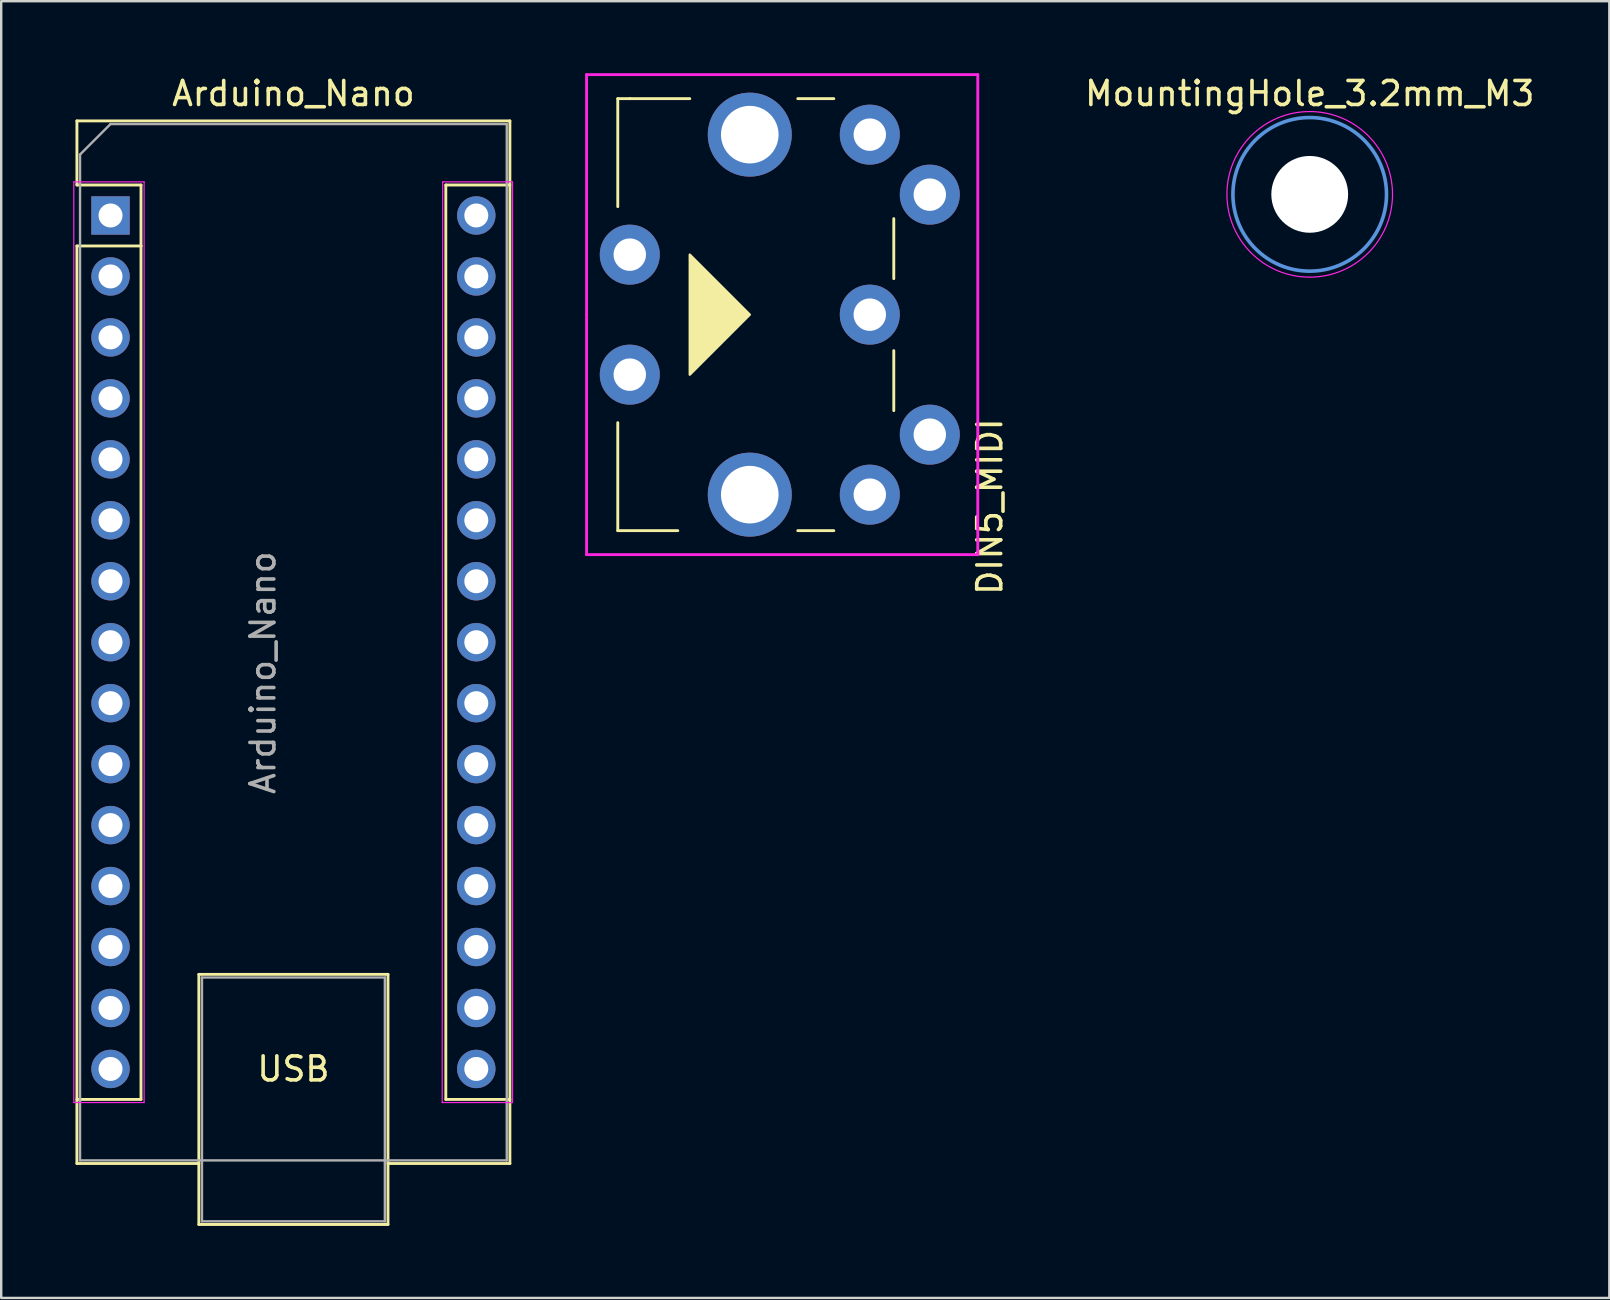
<source format=kicad_pcb>
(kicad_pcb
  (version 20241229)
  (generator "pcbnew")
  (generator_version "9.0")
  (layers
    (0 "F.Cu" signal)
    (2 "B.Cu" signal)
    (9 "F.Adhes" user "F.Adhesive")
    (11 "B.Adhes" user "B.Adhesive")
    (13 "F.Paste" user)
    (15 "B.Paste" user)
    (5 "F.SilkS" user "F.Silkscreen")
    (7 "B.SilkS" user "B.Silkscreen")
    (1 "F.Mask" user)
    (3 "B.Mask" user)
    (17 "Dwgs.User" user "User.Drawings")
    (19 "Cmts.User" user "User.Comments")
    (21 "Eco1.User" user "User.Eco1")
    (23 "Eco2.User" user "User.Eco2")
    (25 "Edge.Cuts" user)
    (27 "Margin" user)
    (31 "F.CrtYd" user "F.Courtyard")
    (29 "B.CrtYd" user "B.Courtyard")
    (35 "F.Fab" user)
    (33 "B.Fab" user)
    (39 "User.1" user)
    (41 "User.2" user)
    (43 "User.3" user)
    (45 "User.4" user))
  (footprint "DIN5_MIDI"
    (layer "F.Cu")
    (at 33.19 10.06)
    (property "Reference" "DIN5_MIDI" (at 5 8 90) (layer "F.SilkS") (effects (font (size 1 1) (thickness 0.15))))
    (attr through_hole)
    (fp_line (start -10.5 -9) (end -10.5 -4.5) (stroke (width 0.12) (type solid)) (layer "F.SilkS"))
    (fp_line (start -10.5 9) (end -10.5 4.5) (stroke (width 0.12) (type solid)) (layer "F.SilkS"))
    (fp_line (start -10.5 9) (end -8 9) (stroke (width 0.12) (type solid)) (layer "F.SilkS"))
    (fp_line (start -10 -9) (end -10.5 -9) (stroke (width 0.12) (type solid)) (layer "F.SilkS"))
    (fp_line (start -10 -9) (end -7.5 -9) (stroke (width 0.12) (type solid)) (layer "F.SilkS"))
    (fp_line (start -3 -9) (end -1.5 -9) (stroke (width 0.12) (type solid)) (layer "F.SilkS"))
    (fp_line (start -3 9) (end -1.5 9) (stroke (width 0.12) (type solid)) (layer "F.SilkS"))
    (fp_line (start 1 -4) (end 1 -1.5) (stroke (width 0.12) (type solid)) (layer "F.SilkS"))
    (fp_line (start 1 1.5) (end 1 4) (stroke (width 0.12) (type solid)) (layer "F.SilkS"))
    (fp_poly (pts (xy -5 0) (xy -7.5 2.5) (xy -7.5 -2.5)) (stroke (width 0.1) (type solid)) (fill yes) (layer "F.SilkS"))
    (fp_line (start -11.8 0) (end -11.8 -10) (stroke (width 0.12) (type solid)) (layer "F.CrtYd"))
    (fp_line (start -11.8 0) (end -11.8 10) (stroke (width 0.12) (type solid)) (layer "F.CrtYd"))
    (fp_line (start -11.8 10) (end 4.5 10) (stroke (width 0.12) (type solid)) (layer "F.CrtYd"))
    (fp_line (start 4.5 -10) (end -11.8 -10) (stroke (width 0.12) (type solid)) (layer "F.CrtYd"))
    (fp_line (start 4.5 10) (end 4.5 -10) (stroke (width 0.12) (type solid)) (layer "F.CrtYd"))
    (pad "" thru_hole circle (at -5 -7.5) (size 3.5 3.5) (drill 2.4) (layers "*.Cu" "*.Mask"))
    (pad "" thru_hole circle (at -5 7.5) (size 3.5 3.5) (drill 2.4) (layers "*.Cu" "*.Mask"))
    (pad "1" thru_hole circle (at 0 7.5) (size 2.5 2.5) (drill 1.35) (layers "*.Cu" "*.Mask"))
    (pad "2" thru_hole circle (at 0 0) (size 2.5 2.5) (drill 1.35) (layers "*.Cu" "*.Mask"))
    (pad "3" thru_hole circle (at 0 -7.5) (size 2.5 2.5) (drill 1.35) (layers "*.Cu" "*.Mask"))
    (pad "4" thru_hole circle (at 2.5 5) (size 2.5 2.5) (drill 1.35) (layers "*.Cu" "*.Mask"))
    (pad "5" thru_hole circle (at 2.5 -5) (size 2.5 2.5) (drill 1.35) (layers "*.Cu" "*.Mask"))
    (pad "G" thru_hole circle (at -10 -2.5) (size 2.5 2.5) (drill 1.35) (layers "*.Cu" "*.Mask"))
    (pad "G" thru_hole circle (at -10 2.5) (size 2.5 2.5) (drill 1.35) (layers "*.Cu" "*.Mask")))
  (footprint "Arduino_Nano"
    (layer "F.Cu")
    (at 1.555 5.928)
    (property "Reference" "Arduino_Nano" (at 7.62 -5.08 0) (layer "F.SilkS") (effects (font (size 1 1) (thickness 0.15))))
    (attr through_hole)
    (fp_line (start -1.4 -3.94) (end -1.4 -1.27) (stroke (width 0.12) (type solid)) (layer "F.SilkS"))
    (fp_line (start -1.4 1.27) (end -1.4 39.5) (stroke (width 0.12) (type solid)) (layer "F.SilkS"))
    (fp_line (start -1.4 39.5) (end 3.68 39.5) (stroke (width 0.12) (type solid)) (layer "F.SilkS"))
    (fp_line (start 1.27 -1.27) (end -1.4 -1.27) (stroke (width 0.12) (type solid)) (layer "F.SilkS"))
    (fp_line (start 1.27 1.27) (end -1.4 1.27) (stroke (width 0.12) (type solid)) (layer "F.SilkS"))
    (fp_line (start 1.27 1.27) (end 1.27 -1.27) (stroke (width 0.12) (type solid)) (layer "F.SilkS"))
    (fp_line (start 1.27 1.27) (end 1.27 36.83) (stroke (width 0.12) (type solid)) (layer "F.SilkS"))
    (fp_line (start 1.27 36.83) (end -1.4 36.83) (stroke (width 0.12) (type solid)) (layer "F.SilkS"))
    (fp_line (start 3.68 31.62) (end 11.56 31.62) (stroke (width 0.12) (type solid)) (layer "F.SilkS"))
    (fp_line (start 3.68 42.04) (end 3.68 31.62) (stroke (width 0.12) (type solid)) (layer "F.SilkS"))
    (fp_line (start 11.56 31.62) (end 11.56 42.04) (stroke (width 0.12) (type solid)) (layer "F.SilkS"))
    (fp_line (start 11.56 42.04) (end 3.68 42.04) (stroke (width 0.12) (type solid)) (layer "F.SilkS"))
    (fp_line (start 13.97 -1.27) (end 13.97 36.83) (stroke (width 0.12) (type solid)) (layer "F.SilkS"))
    (fp_line (start 13.97 -1.27) (end 16.64 -1.27) (stroke (width 0.12) (type solid)) (layer "F.SilkS"))
    (fp_line (start 13.97 36.83) (end 16.64 36.83) (stroke (width 0.12) (type solid)) (layer "F.SilkS"))
    (fp_line (start 16.64 -3.94) (end -1.4 -3.94) (stroke (width 0.12) (type solid)) (layer "F.SilkS"))
    (fp_line (start 16.64 39.5) (end 11.56 39.5) (stroke (width 0.12) (type solid)) (layer "F.SilkS"))
    (fp_line (start 16.64 39.5) (end 16.64 -3.94) (stroke (width 0.12) (type solid)) (layer "F.SilkS"))
    (fp_line (start -1.53 -1.4) (end -1.53 36.96) (stroke (width 0.05) (type solid)) (layer "F.CrtYd"))
    (fp_line (start -1.53 -1.4) (end 1.4 -1.4) (stroke (width 0.05) (type solid)) (layer "F.CrtYd"))
    (fp_line (start -1.53 36.96) (end 1.4 36.96) (stroke (width 0.05) (type solid)) (layer "F.CrtYd"))
    (fp_line (start 1.4 36.96) (end 1.4 -1.4) (stroke (width 0.05) (type solid)) (layer "F.CrtYd"))
    (fp_line (start 13.82 36.96) (end 13.84 -1.4) (stroke (width 0.05) (type solid)) (layer "F.CrtYd"))
    (fp_line (start 13.82 36.96) (end 16.75 36.96) (stroke (width 0.05) (type solid)) (layer "F.CrtYd"))
    (fp_line (start 13.84 -1.4) (end 16.75 -1.4) (stroke (width 0.05) (type solid)) (layer "F.CrtYd"))
    (fp_line (start 16.75 36.96) (end 16.75 -1.4) (stroke (width 0.05) (type solid)) (layer "F.CrtYd"))
    (fp_line (start -1.27 -2.54) (end 0 -3.81) (stroke (width 0.1) (type solid)) (layer "F.Fab"))
    (fp_line (start -1.27 39.37) (end -1.27 -2.54) (stroke (width 0.1) (type solid)) (layer "F.Fab"))
    (fp_line (start 0 -3.81) (end 16.51 -3.81) (stroke (width 0.1) (type solid)) (layer "F.Fab"))
    (fp_line (start 3.81 31.75) (end 11.43 31.75) (stroke (width 0.1) (type solid)) (layer "F.Fab"))
    (fp_line (start 3.81 41.91) (end 3.81 31.75) (stroke (width 0.1) (type solid)) (layer "F.Fab"))
    (fp_line (start 11.43 31.75) (end 11.43 41.91) (stroke (width 0.1) (type solid)) (layer "F.Fab"))
    (fp_line (start 11.43 41.91) (end 3.81 41.91) (stroke (width 0.1) (type solid)) (layer "F.Fab"))
    (fp_line (start 16.51 -3.81) (end 16.51 39.37) (stroke (width 0.1) (type solid)) (layer "F.Fab"))
    (fp_line (start 16.51 39.37) (end -1.27 39.37) (stroke (width 0.1) (type solid)) (layer "F.Fab"))
    (fp_text user "USB" (at 7.62 35.56 0) (unlocked yes) (layer "F.SilkS") (effects (font (size 1 1) (thickness 0.15))))
    (fp_text user "${REFERENCE}" (at 6.35 19.05 90) (layer "F.Fab") (effects (font (size 1 1) (thickness 0.15))))
    (pad "1" thru_hole rect (at 0 0) (size 1.6 1.6) (drill 1) (layers "*.Cu" "*.Mask"))
    (pad "2" thru_hole oval (at 0 2.54) (size 1.6 1.6) (drill 1) (layers "*.Cu" "*.Mask"))
    (pad "3" thru_hole oval (at 0 5.08) (size 1.6 1.6) (drill 1) (layers "*.Cu" "*.Mask"))
    (pad "4" thru_hole oval (at 0 7.62) (size 1.6 1.6) (drill 1) (layers "*.Cu" "*.Mask"))
    (pad "5" thru_hole oval (at 0 10.16) (size 1.6 1.6) (drill 1) (layers "*.Cu" "*.Mask"))
    (pad "6" thru_hole oval (at 0 12.7) (size 1.6 1.6) (drill 1) (layers "*.Cu" "*.Mask"))
    (pad "7" thru_hole oval (at 0 15.24) (size 1.6 1.6) (drill 1) (layers "*.Cu" "*.Mask"))
    (pad "8" thru_hole oval (at 0 17.78) (size 1.6 1.6) (drill 1) (layers "*.Cu" "*.Mask"))
    (pad "9" thru_hole oval (at 0 20.32) (size 1.6 1.6) (drill 1) (layers "*.Cu" "*.Mask"))
    (pad "10" thru_hole oval (at 0 22.86) (size 1.6 1.6) (drill 1) (layers "*.Cu" "*.Mask"))
    (pad "11" thru_hole oval (at 0 25.4) (size 1.6 1.6) (drill 1) (layers "*.Cu" "*.Mask"))
    (pad "12" thru_hole oval (at 0 27.94) (size 1.6 1.6) (drill 1) (layers "*.Cu" "*.Mask"))
    (pad "13" thru_hole oval (at 0 30.48) (size 1.6 1.6) (drill 1) (layers "*.Cu" "*.Mask"))
    (pad "14" thru_hole oval (at 0 33.02) (size 1.6 1.6) (drill 1) (layers "*.Cu" "*.Mask"))
    (pad "15" thru_hole oval (at 0 35.56) (size 1.6 1.6) (drill 1) (layers "*.Cu" "*.Mask"))
    (pad "16" thru_hole oval (at 15.24 35.56) (size 1.6 1.6) (drill 1) (layers "*.Cu" "*.Mask"))
    (pad "17" thru_hole oval (at 15.24 33.02) (size 1.6 1.6) (drill 1) (layers "*.Cu" "*.Mask"))
    (pad "18" thru_hole oval (at 15.24 30.48) (size 1.6 1.6) (drill 1) (layers "*.Cu" "*.Mask"))
    (pad "19" thru_hole oval (at 15.24 27.94) (size 1.6 1.6) (drill 1) (layers "*.Cu" "*.Mask"))
    (pad "20" thru_hole oval (at 15.24 25.4) (size 1.6 1.6) (drill 1) (layers "*.Cu" "*.Mask"))
    (pad "21" thru_hole oval (at 15.24 22.86) (size 1.6 1.6) (drill 1) (layers "*.Cu" "*.Mask"))
    (pad "22" thru_hole oval (at 15.24 20.32) (size 1.6 1.6) (drill 1) (layers "*.Cu" "*.Mask"))
    (pad "23" thru_hole oval (at 15.24 17.78) (size 1.6 1.6) (drill 1) (layers "*.Cu" "*.Mask"))
    (pad "24" thru_hole oval (at 15.24 15.24) (size 1.6 1.6) (drill 1) (layers "*.Cu" "*.Mask"))
    (pad "25" thru_hole oval (at 15.24 12.7) (size 1.6 1.6) (drill 1) (layers "*.Cu" "*.Mask"))
    (pad "26" thru_hole oval (at 15.24 10.16) (size 1.6 1.6) (drill 1) (layers "*.Cu" "*.Mask"))
    (pad "27" thru_hole oval (at 15.24 7.62) (size 1.6 1.6) (drill 1) (layers "*.Cu" "*.Mask"))
    (pad "28" thru_hole oval (at 15.24 5.08) (size 1.6 1.6) (drill 1) (layers "*.Cu" "*.Mask"))
    (pad "29" thru_hole oval (at 15.24 2.54) (size 1.6 1.6) (drill 1) (layers "*.Cu" "*.Mask"))
    (pad "30" thru_hole oval (at 15.24 0) (size 1.6 1.6) (drill 1) (layers "*.Cu" "*.Mask")))
  (footprint "MountingHole_3.2mm_M3"
    (layer "F.Cu")
    (at 51.52 5.048)
    (property "Reference" "MountingHole_3.2mm_M3" (at 0 -4.2 0) (layer "F.SilkS") (effects (font (size 1 1) (thickness 0.15))))
    (attr exclude_from_pos_files exclude_from_bom)
    (fp_circle (center 0 0) (end 3.2 0) (stroke (width 0.15) (type solid)) (fill no) (layer "Cmts.User"))
    (fp_circle (center 0 0) (end 3.45 0) (stroke (width 0.05) (type solid)) (fill no) (layer "F.CrtYd"))
    (pad "" np_thru_hole circle (at 0 0) (size 3.2 3.2) (drill 3.2) (layers "*.Cu" "*.Mask")))
  (gr_rect
    (start -3 -3)
    (end 64.003 51.028)
    (stroke (width 0.1) (type default))
    (fill no)
    (layer "Edge.Cuts")))
</source>
